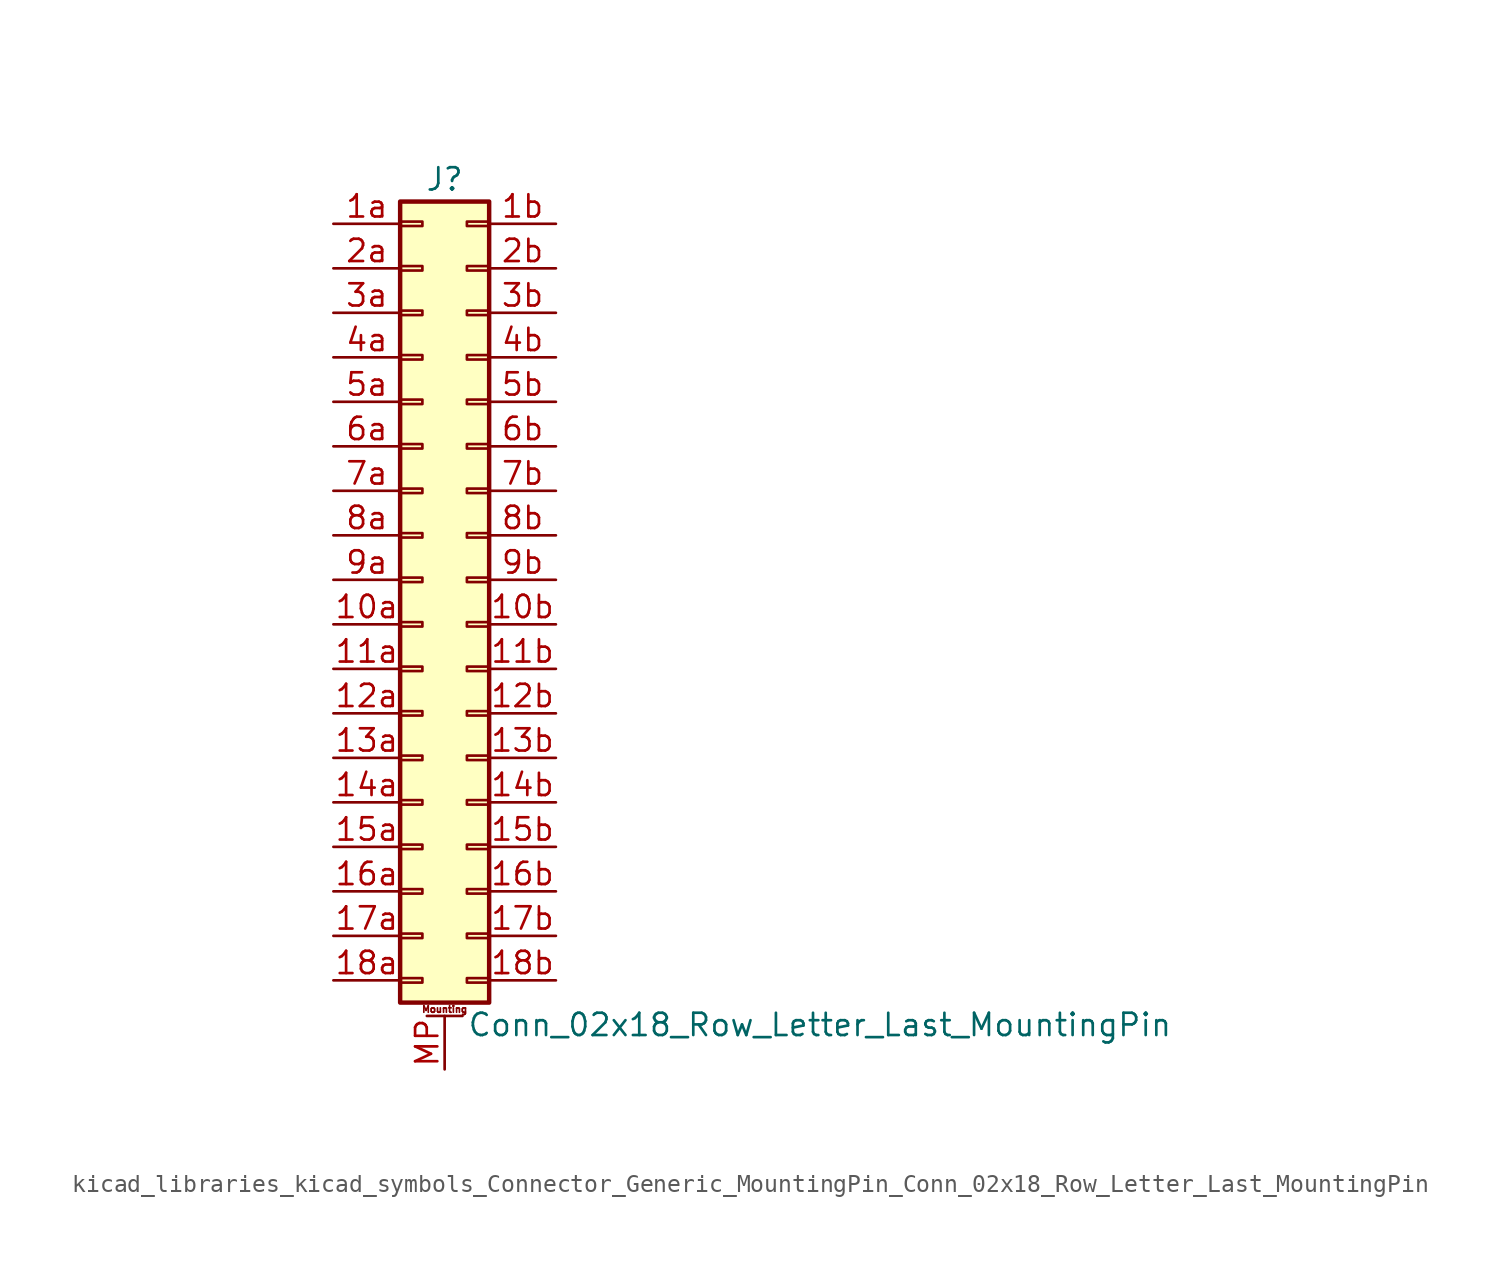
<source format=kicad_sym>
(kicad_symbol_lib
  (version 20220914)
  (generator kicad_symbol_editor)
  (symbol "kicad_libraries_kicad_symbols_Connector_Generic_MountingPin_Conn_02x18_Row_Letter_Last_MountingPin"
    (pin_names
      (offset 1.016) hide)
    (property "Reference" "J"
      (at 1.27 22.86 0)
      (effects (font (size 1.27 1.27))))
    (property "Value" "Conn_02x18_Row_Letter_Last_MountingPin"
      (at 2.54 -25.4 0)
      (effects (font (size 1.27 1.27)) (justify left)))
    (symbol "kicad_libraries_kicad_symbols_Connector_Generic_MountingPin_Conn_02x18_Row_Letter_Last_MountingPin_1_1"
      (rectangle (start -1.27 -22.733) (end 0 -22.987) (stroke (width 0.152) (type default)) (fill (type none)))
      (rectangle (start -1.27 -20.193) (end 0 -20.447) (stroke (width 0.152) (type default)) (fill (type none)))
      (rectangle (start -1.27 -17.653) (end 0 -17.907) (stroke (width 0.152) (type default)) (fill (type none)))
      (rectangle (start -1.27 -15.113) (end 0 -15.367) (stroke (width 0.152) (type default)) (fill (type none)))
      (rectangle (start -1.27 -12.573) (end 0 -12.827) (stroke (width 0.152) (type default)) (fill (type none)))
      (rectangle (start -1.27 -10.033) (end 0 -10.287) (stroke (width 0.152) (type default)) (fill (type none)))
      (rectangle (start -1.27 -7.493) (end 0 -7.747) (stroke (width 0.152) (type default)) (fill (type none)))
      (rectangle (start -1.27 -4.953) (end 0 -5.207) (stroke (width 0.152) (type default)) (fill (type none)))
      (rectangle (start -1.27 -2.413) (end 0 -2.667) (stroke (width 0.152) (type default)) (fill (type none)))
      (rectangle (start -1.27 0.127) (end 0 -0.127) (stroke (width 0.152) (type default)) (fill (type none)))
      (rectangle (start -1.27 2.667) (end 0 2.413) (stroke (width 0.152) (type default)) (fill (type none)))
      (rectangle (start -1.27 5.207) (end 0 4.953) (stroke (width 0.152) (type default)) (fill (type none)))
      (rectangle (start -1.27 7.747) (end 0 7.493) (stroke (width 0.152) (type default)) (fill (type none)))
      (rectangle (start -1.27 10.287) (end 0 10.033) (stroke (width 0.152) (type default)) (fill (type none)))
      (rectangle (start -1.27 12.827) (end 0 12.573) (stroke (width 0.152) (type default)) (fill (type none)))
      (rectangle (start -1.27 15.367) (end 0 15.113) (stroke (width 0.152) (type default)) (fill (type none)))
      (rectangle (start -1.27 17.907) (end 0 17.653) (stroke (width 0.152) (type default)) (fill (type none)))
      (rectangle (start -1.27 20.447) (end 0 20.193) (stroke (width 0.152) (type default)) (fill (type none)))
      (rectangle (start -1.27 21.59) (end 3.81 -24.13) (stroke (width 0.254) (type default)) (fill (type background)))
      (polyline (pts (xy 0.254 -24.892) (xy 2.286 -24.892)) (stroke (width 0.152) (type default)) (fill (type none)))
      (rectangle (start 3.81 -22.733) (end 2.54 -22.987) (stroke (width 0.152) (type default)) (fill (type none)))
      (rectangle (start 3.81 -20.193) (end 2.54 -20.447) (stroke (width 0.152) (type default)) (fill (type none)))
      (rectangle (start 3.81 -17.653) (end 2.54 -17.907) (stroke (width 0.152) (type default)) (fill (type none)))
      (rectangle (start 3.81 -15.113) (end 2.54 -15.367) (stroke (width 0.152) (type default)) (fill (type none)))
      (rectangle (start 3.81 -12.573) (end 2.54 -12.827) (stroke (width 0.152) (type default)) (fill (type none)))
      (rectangle (start 3.81 -10.033) (end 2.54 -10.287) (stroke (width 0.152) (type default)) (fill (type none)))
      (rectangle (start 3.81 -7.493) (end 2.54 -7.747) (stroke (width 0.152) (type default)) (fill (type none)))
      (rectangle (start 3.81 -4.953) (end 2.54 -5.207) (stroke (width 0.152) (type default)) (fill (type none)))
      (rectangle (start 3.81 -2.413) (end 2.54 -2.667) (stroke (width 0.152) (type default)) (fill (type none)))
      (rectangle (start 3.81 0.127) (end 2.54 -0.127) (stroke (width 0.152) (type default)) (fill (type none)))
      (rectangle (start 3.81 2.667) (end 2.54 2.413) (stroke (width 0.152) (type default)) (fill (type none)))
      (rectangle (start 3.81 5.207) (end 2.54 4.953) (stroke (width 0.152) (type default)) (fill (type none)))
      (rectangle (start 3.81 7.747) (end 2.54 7.493) (stroke (width 0.152) (type default)) (fill (type none)))
      (rectangle (start 3.81 10.287) (end 2.54 10.033) (stroke (width 0.152) (type default)) (fill (type none)))
      (rectangle (start 3.81 12.827) (end 2.54 12.573) (stroke (width 0.152) (type default)) (fill (type none)))
      (rectangle (start 3.81 15.367) (end 2.54 15.113) (stroke (width 0.152) (type default)) (fill (type none)))
      (rectangle (start 3.81 17.907) (end 2.54 17.653) (stroke (width 0.152) (type default)) (fill (type none)))
      (rectangle (start 3.81 20.447) (end 2.54 20.193) (stroke (width 0.152) (type default)) (fill (type none)))
      (text "Mounting" (at 1.27 -24.511 0) (effects (font (size 0.381 0.381))))
      (pin passive line (at -5.08 -2.54 0) (length 3.81) (name "Pin_10a" (effects (font (size 1.27 1.27)))) (number "10a" (effects (font (size 1.27 1.27)))))
      (pin passive line (at 7.62 -2.54 180) (length 3.81) (name "Pin_10b" (effects (font (size 1.27 1.27)))) (number "10b" (effects (font (size 1.27 1.27)))))
      (pin passive line (at -5.08 -5.08 0) (length 3.81) (name "Pin_11a" (effects (font (size 1.27 1.27)))) (number "11a" (effects (font (size 1.27 1.27)))))
      (pin passive line (at 7.62 -5.08 180) (length 3.81) (name "Pin_11b" (effects (font (size 1.27 1.27)))) (number "11b" (effects (font (size 1.27 1.27)))))
      (pin passive line (at -5.08 -7.62 0) (length 3.81) (name "Pin_12a" (effects (font (size 1.27 1.27)))) (number "12a" (effects (font (size 1.27 1.27)))))
      (pin passive line (at 7.62 -7.62 180) (length 3.81) (name "Pin_12b" (effects (font (size 1.27 1.27)))) (number "12b" (effects (font (size 1.27 1.27)))))
      (pin passive line (at -5.08 -10.16 0) (length 3.81) (name "Pin_13a" (effects (font (size 1.27 1.27)))) (number "13a" (effects (font (size 1.27 1.27)))))
      (pin passive line (at 7.62 -10.16 180) (length 3.81) (name "Pin_13b" (effects (font (size 1.27 1.27)))) (number "13b" (effects (font (size 1.27 1.27)))))
      (pin passive line (at -5.08 -12.7 0) (length 3.81) (name "Pin_14a" (effects (font (size 1.27 1.27)))) (number "14a" (effects (font (size 1.27 1.27)))))
      (pin passive line (at 7.62 -12.7 180) (length 3.81) (name "Pin_14b" (effects (font (size 1.27 1.27)))) (number "14b" (effects (font (size 1.27 1.27)))))
      (pin passive line (at -5.08 -15.24 0) (length 3.81) (name "Pin_15a" (effects (font (size 1.27 1.27)))) (number "15a" (effects (font (size 1.27 1.27)))))
      (pin passive line (at 7.62 -15.24 180) (length 3.81) (name "Pin_15b" (effects (font (size 1.27 1.27)))) (number "15b" (effects (font (size 1.27 1.27)))))
      (pin passive line (at -5.08 -17.78 0) (length 3.81) (name "Pin_16a" (effects (font (size 1.27 1.27)))) (number "16a" (effects (font (size 1.27 1.27)))))
      (pin passive line (at 7.62 -17.78 180) (length 3.81) (name "Pin_16b" (effects (font (size 1.27 1.27)))) (number "16b" (effects (font (size 1.27 1.27)))))
      (pin passive line (at -5.08 -20.32 0) (length 3.81) (name "Pin_17a" (effects (font (size 1.27 1.27)))) (number "17a" (effects (font (size 1.27 1.27)))))
      (pin passive line (at 7.62 -20.32 180) (length 3.81) (name "Pin_17b" (effects (font (size 1.27 1.27)))) (number "17b" (effects (font (size 1.27 1.27)))))
      (pin passive line (at -5.08 -22.86 0) (length 3.81) (name "Pin_18a" (effects (font (size 1.27 1.27)))) (number "18a" (effects (font (size 1.27 1.27)))))
      (pin passive line (at 7.62 -22.86 180) (length 3.81) (name "Pin_18b" (effects (font (size 1.27 1.27)))) (number "18b" (effects (font (size 1.27 1.27)))))
      (pin passive line (at -5.08 20.32 0) (length 3.81) (name "Pin_1a" (effects (font (size 1.27 1.27)))) (number "1a" (effects (font (size 1.27 1.27)))))
      (pin passive line (at 7.62 20.32 180) (length 3.81) (name "Pin_1b" (effects (font (size 1.27 1.27)))) (number "1b" (effects (font (size 1.27 1.27)))))
      (pin passive line (at -5.08 17.78 0) (length 3.81) (name "Pin_2a" (effects (font (size 1.27 1.27)))) (number "2a" (effects (font (size 1.27 1.27)))))
      (pin passive line (at 7.62 17.78 180) (length 3.81) (name "Pin_2b" (effects (font (size 1.27 1.27)))) (number "2b" (effects (font (size 1.27 1.27)))))
      (pin passive line (at -5.08 15.24 0) (length 3.81) (name "Pin_3a" (effects (font (size 1.27 1.27)))) (number "3a" (effects (font (size 1.27 1.27)))))
      (pin passive line (at 7.62 15.24 180) (length 3.81) (name "Pin_3b" (effects (font (size 1.27 1.27)))) (number "3b" (effects (font (size 1.27 1.27)))))
      (pin passive line (at -5.08 12.7 0) (length 3.81) (name "Pin_4a" (effects (font (size 1.27 1.27)))) (number "4a" (effects (font (size 1.27 1.27)))))
      (pin passive line (at 7.62 12.7 180) (length 3.81) (name "Pin_4b" (effects (font (size 1.27 1.27)))) (number "4b" (effects (font (size 1.27 1.27)))))
      (pin passive line (at -5.08 10.16 0) (length 3.81) (name "Pin_5a" (effects (font (size 1.27 1.27)))) (number "5a" (effects (font (size 1.27 1.27)))))
      (pin passive line (at 7.62 10.16 180) (length 3.81) (name "Pin_5b" (effects (font (size 1.27 1.27)))) (number "5b" (effects (font (size 1.27 1.27)))))
      (pin passive line (at -5.08 7.62 0) (length 3.81) (name "Pin_6a" (effects (font (size 1.27 1.27)))) (number "6a" (effects (font (size 1.27 1.27)))))
      (pin passive line (at 7.62 7.62 180) (length 3.81) (name "Pin_6b" (effects (font (size 1.27 1.27)))) (number "6b" (effects (font (size 1.27 1.27)))))
      (pin passive line (at -5.08 5.08 0) (length 3.81) (name "Pin_7a" (effects (font (size 1.27 1.27)))) (number "7a" (effects (font (size 1.27 1.27)))))
      (pin passive line (at 7.62 5.08 180) (length 3.81) (name "Pin_7b" (effects (font (size 1.27 1.27)))) (number "7b" (effects (font (size 1.27 1.27)))))
      (pin passive line (at -5.08 2.54 0) (length 3.81) (name "Pin_8a" (effects (font (size 1.27 1.27)))) (number "8a" (effects (font (size 1.27 1.27)))))
      (pin passive line (at 7.62 2.54 180) (length 3.81) (name "Pin_8b" (effects (font (size 1.27 1.27)))) (number "8b" (effects (font (size 1.27 1.27)))))
      (pin passive line (at -5.08 0 0) (length 3.81) (name "Pin_9a" (effects (font (size 1.27 1.27)))) (number "9a" (effects (font (size 1.27 1.27)))))
      (pin passive line (at 7.62 0 180) (length 3.81) (name "Pin_9b" (effects (font (size 1.27 1.27)))) (number "9b" (effects (font (size 1.27 1.27)))))
      (pin passive line (at 1.27 -27.94 90) (length 3.048) (name "MountPin" (effects (font (size 1.27 1.27)))) (number "MP" (effects (font (size 1.27 1.27))))))))
</source>
